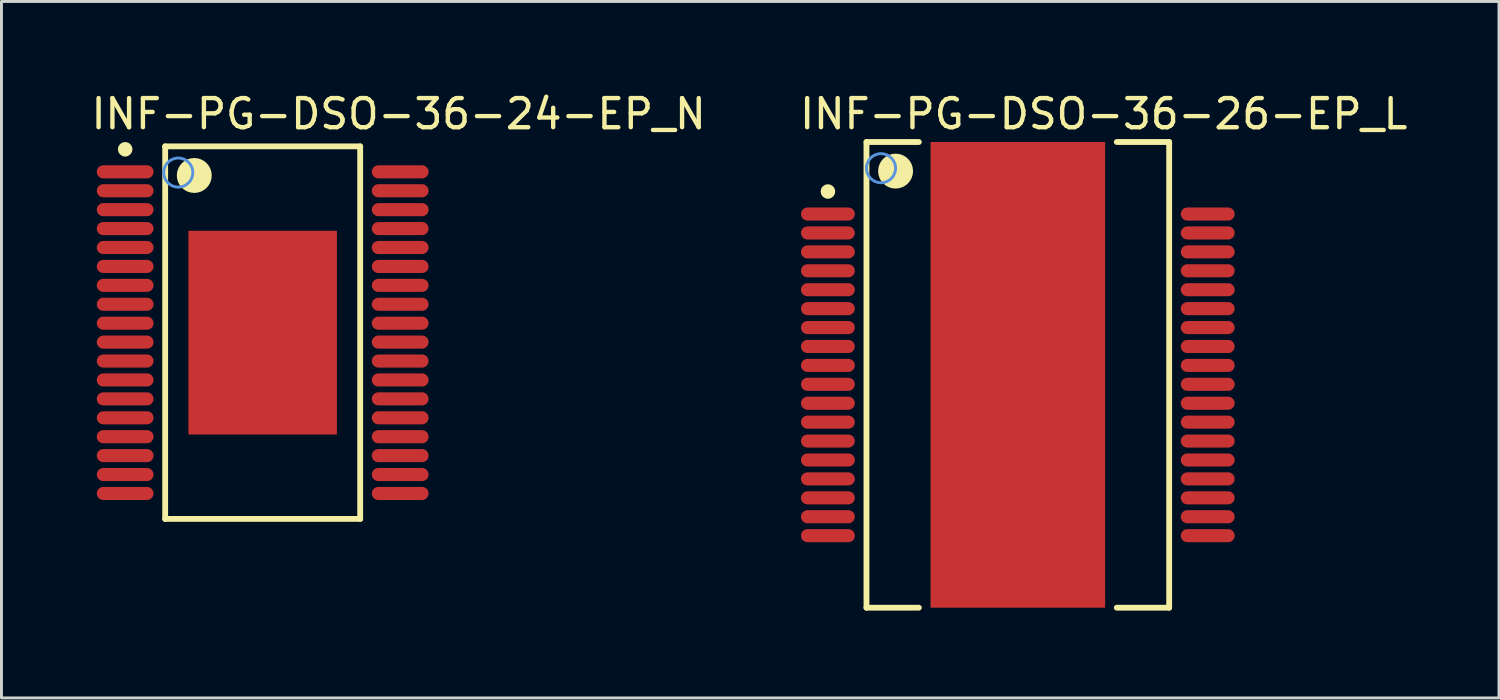
<source format=kicad_pcb>
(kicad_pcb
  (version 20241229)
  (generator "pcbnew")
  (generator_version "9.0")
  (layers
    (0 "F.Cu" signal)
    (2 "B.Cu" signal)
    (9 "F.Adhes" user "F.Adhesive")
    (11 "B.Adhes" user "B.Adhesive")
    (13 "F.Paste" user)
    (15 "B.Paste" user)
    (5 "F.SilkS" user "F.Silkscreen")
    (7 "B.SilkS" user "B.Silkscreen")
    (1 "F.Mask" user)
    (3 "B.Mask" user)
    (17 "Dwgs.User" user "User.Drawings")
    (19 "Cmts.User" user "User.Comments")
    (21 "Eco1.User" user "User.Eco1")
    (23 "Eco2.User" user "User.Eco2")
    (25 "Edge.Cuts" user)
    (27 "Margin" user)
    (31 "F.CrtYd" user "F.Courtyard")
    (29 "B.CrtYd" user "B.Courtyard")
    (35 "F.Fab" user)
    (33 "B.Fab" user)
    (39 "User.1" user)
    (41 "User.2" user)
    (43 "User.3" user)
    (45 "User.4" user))
  (footprint "INF-PG-DSO-36-26-EP_L"
    (layer "F.Cu")
    (at 31.92 9.829)
    (property "Reference" "INF-PG-DSO-36-26-EP_L" (at -7.575 -8.379 0) (layer "F.SilkS") (effects (font (size 1 1) (thickness 0.15)) (justify left bottom)))
    (attr through_hole)
    (fp_line (start -5.2 -8) (end -3.4 -8) (stroke (width 0.2) (type solid)) (layer "F.SilkS"))
    (fp_line (start -5.2 8) (end -5.2 -8) (stroke (width 0.2) (type solid)) (layer "F.SilkS"))
    (fp_line (start -5.2 8) (end -3.4 8) (stroke (width 0.2) (type solid)) (layer "F.SilkS"))
    (fp_line (start 3.4 -8) (end 5.2 -8) (stroke (width 0.2) (type solid)) (layer "F.SilkS"))
    (fp_line (start 3.4 8) (end 5.2 8) (stroke (width 0.2) (type solid)) (layer "F.SilkS"))
    (fp_line (start 5.2 8) (end 5.2 -8) (stroke (width 0.2) (type solid)) (layer "F.SilkS"))
    (fp_circle (center -6.525 -6.3) (end -6.4 -6.3) (stroke (width 0.25) (type solid)) (fill no) (layer "F.SilkS"))
    (fp_circle (center -4.2 -7) (end -3.9 -7) (stroke (width 0.6) (type solid)) (fill no) (layer "F.SilkS"))
    (fp_circle (center -4.7 -7.1) (end -4.2 -7.1) (stroke (width 0.1) (type solid)) (fill no) (layer "Cmts.User"))
    (pad "1" smd oval (at -6.525 -5.525 90) (size 0.45 1.85) (layers "F.Cu" "F.Mask" "F.Paste"))
    (pad "2" smd oval (at -6.525 -4.875 90) (size 0.45 1.85) (layers "F.Cu" "F.Mask" "F.Paste"))
    (pad "3" smd oval (at -6.525 -4.225 90) (size 0.45 1.85) (layers "F.Cu" "F.Mask" "F.Paste"))
    (pad "4" smd oval (at -6.525 -3.575 90) (size 0.45 1.85) (layers "F.Cu" "F.Mask" "F.Paste"))
    (pad "5" smd oval (at -6.525 -2.925 90) (size 0.45 1.85) (layers "F.Cu" "F.Mask" "F.Paste"))
    (pad "6" smd oval (at -6.525 -2.275 90) (size 0.45 1.85) (layers "F.Cu" "F.Mask" "F.Paste"))
    (pad "7" smd oval (at -6.525 -1.625 90) (size 0.45 1.85) (layers "F.Cu" "F.Mask" "F.Paste"))
    (pad "8" smd oval (at -6.525 -0.975 90) (size 0.45 1.85) (layers "F.Cu" "F.Mask" "F.Paste"))
    (pad "9" smd oval (at -6.525 -0.325 90) (size 0.45 1.85) (layers "F.Cu" "F.Mask" "F.Paste"))
    (pad "10" smd oval (at -6.525 0.325 90) (size 0.45 1.85) (layers "F.Cu" "F.Mask" "F.Paste"))
    (pad "11" smd oval (at -6.525 0.975 90) (size 0.45 1.85) (layers "F.Cu" "F.Mask" "F.Paste"))
    (pad "12" smd oval (at -6.525 1.625 90) (size 0.45 1.85) (layers "F.Cu" "F.Mask" "F.Paste"))
    (pad "13" smd oval (at -6.525 2.275 90) (size 0.45 1.85) (layers "F.Cu" "F.Mask" "F.Paste"))
    (pad "14" smd oval (at -6.525 2.925 90) (size 0.45 1.85) (layers "F.Cu" "F.Mask" "F.Paste"))
    (pad "15" smd oval (at -6.525 3.575 90) (size 0.45 1.85) (layers "F.Cu" "F.Mask" "F.Paste"))
    (pad "16" smd oval (at -6.525 4.225 90) (size 0.45 1.85) (layers "F.Cu" "F.Mask" "F.Paste"))
    (pad "17" smd oval (at -6.525 4.875 90) (size 0.45 1.85) (layers "F.Cu" "F.Mask" "F.Paste"))
    (pad "18" smd oval (at -6.525 5.525 90) (size 0.45 1.85) (layers "F.Cu" "F.Mask" "F.Paste"))
    (pad "19" smd oval (at 6.525 5.525 90) (size 0.45 1.85) (layers "F.Cu" "F.Mask" "F.Paste"))
    (pad "20" smd oval (at 6.525 4.875 90) (size 0.45 1.85) (layers "F.Cu" "F.Mask" "F.Paste"))
    (pad "21" smd oval (at 6.525 4.225 90) (size 0.45 1.85) (layers "F.Cu" "F.Mask" "F.Paste"))
    (pad "22" smd oval (at 6.525 3.575 90) (size 0.45 1.85) (layers "F.Cu" "F.Mask" "F.Paste"))
    (pad "23" smd oval (at 6.525 2.925 90) (size 0.45 1.85) (layers "F.Cu" "F.Mask" "F.Paste"))
    (pad "24" smd oval (at 6.525 2.275 90) (size 0.45 1.85) (layers "F.Cu" "F.Mask" "F.Paste"))
    (pad "25" smd oval (at 6.525 1.625 90) (size 0.45 1.85) (layers "F.Cu" "F.Mask" "F.Paste"))
    (pad "26" smd oval (at 6.525 0.975 90) (size 0.45 1.85) (layers "F.Cu" "F.Mask" "F.Paste"))
    (pad "27" smd oval (at 6.525 0.325 90) (size 0.45 1.85) (layers "F.Cu" "F.Mask" "F.Paste"))
    (pad "28" smd oval (at 6.525 -0.325 90) (size 0.45 1.85) (layers "F.Cu" "F.Mask" "F.Paste"))
    (pad "29" smd oval (at 6.525 -0.975 90) (size 0.45 1.85) (layers "F.Cu" "F.Mask" "F.Paste"))
    (pad "30" smd oval (at 6.525 -1.625 90) (size 0.45 1.85) (layers "F.Cu" "F.Mask" "F.Paste"))
    (pad "31" smd oval (at 6.525 -2.275 90) (size 0.45 1.85) (layers "F.Cu" "F.Mask" "F.Paste"))
    (pad "32" smd oval (at 6.525 -2.925 90) (size 0.45 1.85) (layers "F.Cu" "F.Mask" "F.Paste"))
    (pad "33" smd oval (at 6.525 -3.575 90) (size 0.45 1.85) (layers "F.Cu" "F.Mask" "F.Paste"))
    (pad "34" smd oval (at 6.525 -4.225 90) (size 0.45 1.85) (layers "F.Cu" "F.Mask" "F.Paste"))
    (pad "35" smd oval (at 6.525 -4.875 90) (size 0.45 1.85) (layers "F.Cu" "F.Mask" "F.Paste"))
    (pad "36" smd oval (at 6.525 -5.525 90) (size 0.45 1.85) (layers "F.Cu" "F.Mask" "F.Paste"))
    (pad "37" smd rect (at 0 0) (size 6 16) (layers "F.Cu" "F.Mask" "F.Paste")))
  (footprint "INF-PG-DSO-36-24-EP_N"
    (layer "F.Cu")
    (at 5.975 8.379)
    (property "Reference" "INF-PG-DSO-36-24-EP_N" (at -5.975 -6.929 0) (layer "F.SilkS") (effects (font (size 1 1) (thickness 0.15)) (justify left bottom)))
    (attr through_hole)
    (fp_line (start -3.35 -6.4) (end 3.35 -6.4) (stroke (width 0.2) (type solid)) (layer "F.SilkS"))
    (fp_line (start -3.35 6.4) (end -3.35 -6.4) (stroke (width 0.2) (type solid)) (layer "F.SilkS"))
    (fp_line (start -3.35 6.4) (end 3.35 6.4) (stroke (width 0.2) (type solid)) (layer "F.SilkS"))
    (fp_line (start 3.35 6.4) (end 3.35 -6.4) (stroke (width 0.2) (type solid)) (layer "F.SilkS"))
    (fp_circle (center -4.725 -6.3) (end -4.6 -6.3) (stroke (width 0.25) (type solid)) (fill no) (layer "F.SilkS"))
    (fp_circle (center -2.35 -5.4) (end -2.05 -5.4) (stroke (width 0.6) (type solid)) (fill no) (layer "F.SilkS"))
    (fp_circle (center -2.9 -5.5) (end -2.4 -5.5) (stroke (width 0.1) (type solid)) (fill no) (layer "Cmts.User"))
    (pad "1" smd oval (at -4.725 -5.525 90) (size 0.45 1.95) (layers "F.Cu" "F.Mask" "F.Paste"))
    (pad "2" smd oval (at -4.725 -4.875 90) (size 0.45 1.95) (layers "F.Cu" "F.Mask" "F.Paste"))
    (pad "3" smd oval (at -4.725 -4.225 90) (size 0.45 1.95) (layers "F.Cu" "F.Mask" "F.Paste"))
    (pad "4" smd oval (at -4.725 -3.575 90) (size 0.45 1.95) (layers "F.Cu" "F.Mask" "F.Paste"))
    (pad "5" smd oval (at -4.725 -2.925 90) (size 0.45 1.95) (layers "F.Cu" "F.Mask" "F.Paste"))
    (pad "6" smd oval (at -4.725 -2.275 90) (size 0.45 1.95) (layers "F.Cu" "F.Mask" "F.Paste"))
    (pad "7" smd oval (at -4.725 -1.625 90) (size 0.45 1.95) (layers "F.Cu" "F.Mask" "F.Paste"))
    (pad "8" smd oval (at -4.725 -0.975 90) (size 0.45 1.95) (layers "F.Cu" "F.Mask" "F.Paste"))
    (pad "9" smd oval (at -4.725 -0.325 90) (size 0.45 1.95) (layers "F.Cu" "F.Mask" "F.Paste"))
    (pad "10" smd oval (at -4.725 0.325 90) (size 0.45 1.95) (layers "F.Cu" "F.Mask" "F.Paste"))
    (pad "11" smd oval (at -4.725 0.975 90) (size 0.45 1.95) (layers "F.Cu" "F.Mask" "F.Paste"))
    (pad "12" smd oval (at -4.725 1.625 90) (size 0.45 1.95) (layers "F.Cu" "F.Mask" "F.Paste"))
    (pad "13" smd oval (at -4.725 2.275 90) (size 0.45 1.95) (layers "F.Cu" "F.Mask" "F.Paste"))
    (pad "14" smd oval (at -4.725 2.925 90) (size 0.45 1.95) (layers "F.Cu" "F.Mask" "F.Paste"))
    (pad "15" smd oval (at -4.725 3.575 90) (size 0.45 1.95) (layers "F.Cu" "F.Mask" "F.Paste"))
    (pad "16" smd oval (at -4.725 4.225 90) (size 0.45 1.95) (layers "F.Cu" "F.Mask" "F.Paste"))
    (pad "17" smd oval (at -4.725 4.875 90) (size 0.45 1.95) (layers "F.Cu" "F.Mask" "F.Paste"))
    (pad "18" smd oval (at -4.725 5.525 90) (size 0.45 1.95) (layers "F.Cu" "F.Mask" "F.Paste"))
    (pad "19" smd oval (at 4.725 5.525 90) (size 0.45 1.95) (layers "F.Cu" "F.Mask" "F.Paste"))
    (pad "20" smd oval (at 4.725 4.875 90) (size 0.45 1.95) (layers "F.Cu" "F.Mask" "F.Paste"))
    (pad "21" smd oval (at 4.725 4.225 90) (size 0.45 1.95) (layers "F.Cu" "F.Mask" "F.Paste"))
    (pad "22" smd oval (at 4.725 3.575 90) (size 0.45 1.95) (layers "F.Cu" "F.Mask" "F.Paste"))
    (pad "23" smd oval (at 4.725 2.925 90) (size 0.45 1.95) (layers "F.Cu" "F.Mask" "F.Paste"))
    (pad "24" smd oval (at 4.725 2.275 90) (size 0.45 1.95) (layers "F.Cu" "F.Mask" "F.Paste"))
    (pad "25" smd oval (at 4.725 1.625 90) (size 0.45 1.95) (layers "F.Cu" "F.Mask" "F.Paste"))
    (pad "26" smd oval (at 4.725 0.975 90) (size 0.45 1.95) (layers "F.Cu" "F.Mask" "F.Paste"))
    (pad "27" smd oval (at 4.725 0.325 90) (size 0.45 1.95) (layers "F.Cu" "F.Mask" "F.Paste"))
    (pad "28" smd oval (at 4.725 -0.325 90) (size 0.45 1.95) (layers "F.Cu" "F.Mask" "F.Paste"))
    (pad "29" smd oval (at 4.725 -0.975 90) (size 0.45 1.95) (layers "F.Cu" "F.Mask" "F.Paste"))
    (pad "30" smd oval (at 4.725 -1.625 90) (size 0.45 1.95) (layers "F.Cu" "F.Mask" "F.Paste"))
    (pad "31" smd oval (at 4.725 -2.275 90) (size 0.45 1.95) (layers "F.Cu" "F.Mask" "F.Paste"))
    (pad "32" smd oval (at 4.725 -2.925 90) (size 0.45 1.95) (layers "F.Cu" "F.Mask" "F.Paste"))
    (pad "33" smd oval (at 4.725 -3.575 90) (size 0.45 1.95) (layers "F.Cu" "F.Mask" "F.Paste"))
    (pad "34" smd oval (at 4.725 -4.225 90) (size 0.45 1.95) (layers "F.Cu" "F.Mask" "F.Paste"))
    (pad "35" smd oval (at 4.725 -4.875 90) (size 0.45 1.95) (layers "F.Cu" "F.Mask" "F.Paste"))
    (pad "36" smd oval (at 4.725 -5.525 90) (size 0.45 1.95) (layers "F.Cu" "F.Mask" "F.Paste"))
    (pad "37" smd rect (at 0 0) (size 5.1 7) (layers "F.Cu" "F.Mask" "F.Paste")))
  (gr_rect
    (start -3 -3)
    (end 48.452 20.929)
    (stroke (width 0.1) (type default))
    (fill no)
    (layer "Edge.Cuts")))
</source>
